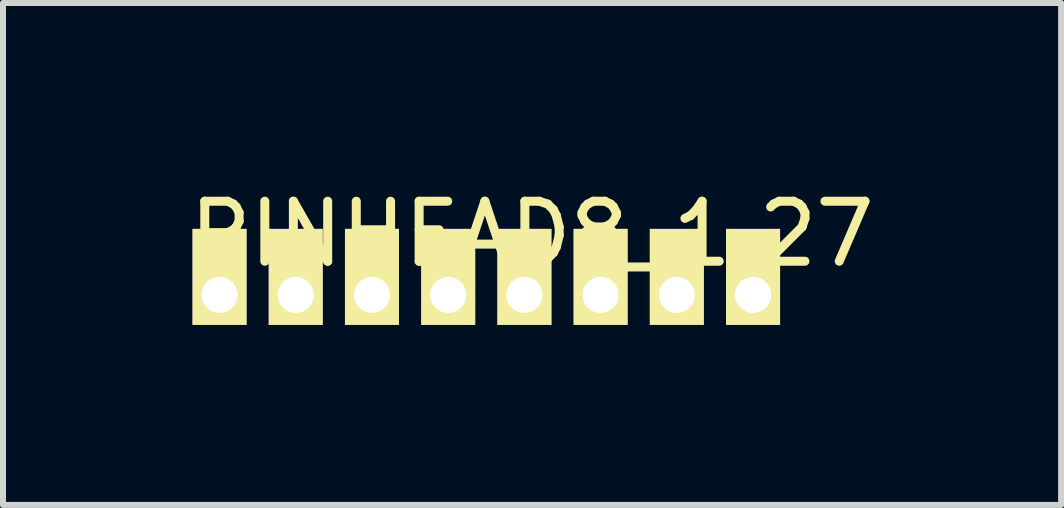
<source format=kicad_pcb>
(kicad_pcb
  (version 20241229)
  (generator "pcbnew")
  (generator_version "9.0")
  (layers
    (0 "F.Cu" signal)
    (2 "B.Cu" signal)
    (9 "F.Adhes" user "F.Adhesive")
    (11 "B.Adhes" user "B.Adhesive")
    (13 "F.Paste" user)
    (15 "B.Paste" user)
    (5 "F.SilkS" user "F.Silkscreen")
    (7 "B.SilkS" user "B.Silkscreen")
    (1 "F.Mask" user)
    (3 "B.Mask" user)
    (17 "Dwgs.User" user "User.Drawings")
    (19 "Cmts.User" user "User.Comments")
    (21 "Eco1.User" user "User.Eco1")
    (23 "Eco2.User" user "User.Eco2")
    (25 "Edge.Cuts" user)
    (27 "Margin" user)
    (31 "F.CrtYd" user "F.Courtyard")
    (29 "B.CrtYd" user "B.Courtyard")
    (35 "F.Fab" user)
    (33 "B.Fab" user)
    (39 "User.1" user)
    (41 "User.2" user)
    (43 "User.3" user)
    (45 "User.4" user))
  (footprint "PINHEAD8_1.27"
    (layer "F.Cu")
    (at 5.053 1.864)
    (property "Reference" "PINHEAD8_1.27" (at 0.762 -1.016 0) (layer "F.SilkS") (effects (font (size 1 1) (thickness 0.15))))
    (attr through_hole)
    (pad "1" thru_hole rect (at -4.445 0) (size 0.9 1.6) (drill 0.6 (offset 0 -0.3)) (layers "*.Cu" "*.Mask" "F.SilkS"))
    (pad "2" thru_hole rect (at -3.175 0) (size 0.9 1.6) (drill 0.6 (offset 0 -0.3)) (layers "*.Cu" "*.Mask" "F.SilkS"))
    (pad "3" thru_hole rect (at -1.905 0) (size 0.9 1.6) (drill 0.6 (offset 0 -0.3)) (layers "*.Cu" "*.Mask" "F.SilkS"))
    (pad "4" thru_hole rect (at -0.635 0) (size 0.9 1.6) (drill 0.6 (offset 0 -0.3)) (layers "*.Cu" "*.Mask" "F.SilkS"))
    (pad "5" thru_hole rect (at 0.635 0) (size 0.9 1.6) (drill 0.6 (offset 0 -0.3)) (layers "*.Cu" "*.Mask" "F.SilkS"))
    (pad "6" thru_hole rect (at 1.905 0) (size 0.9 1.6) (drill 0.6 (offset 0 -0.3)) (layers "*.Cu" "*.Mask" "F.SilkS"))
    (pad "7" thru_hole rect (at 3.175 0) (size 0.9 1.6) (drill 0.6 (offset 0 -0.3)) (layers "*.Cu" "*.Mask" "F.SilkS"))
    (pad "8" thru_hole rect (at 4.445 0) (size 0.9 1.6) (drill 0.6 (offset 0 -0.3)) (layers "*.Cu" "*.Mask" "F.SilkS")))
  (gr_rect
    (start -3 -3)
    (end 14.631 5.364)
    (stroke (width 0.1) (type default))
    (fill no)
    (layer "Edge.Cuts")))
</source>
